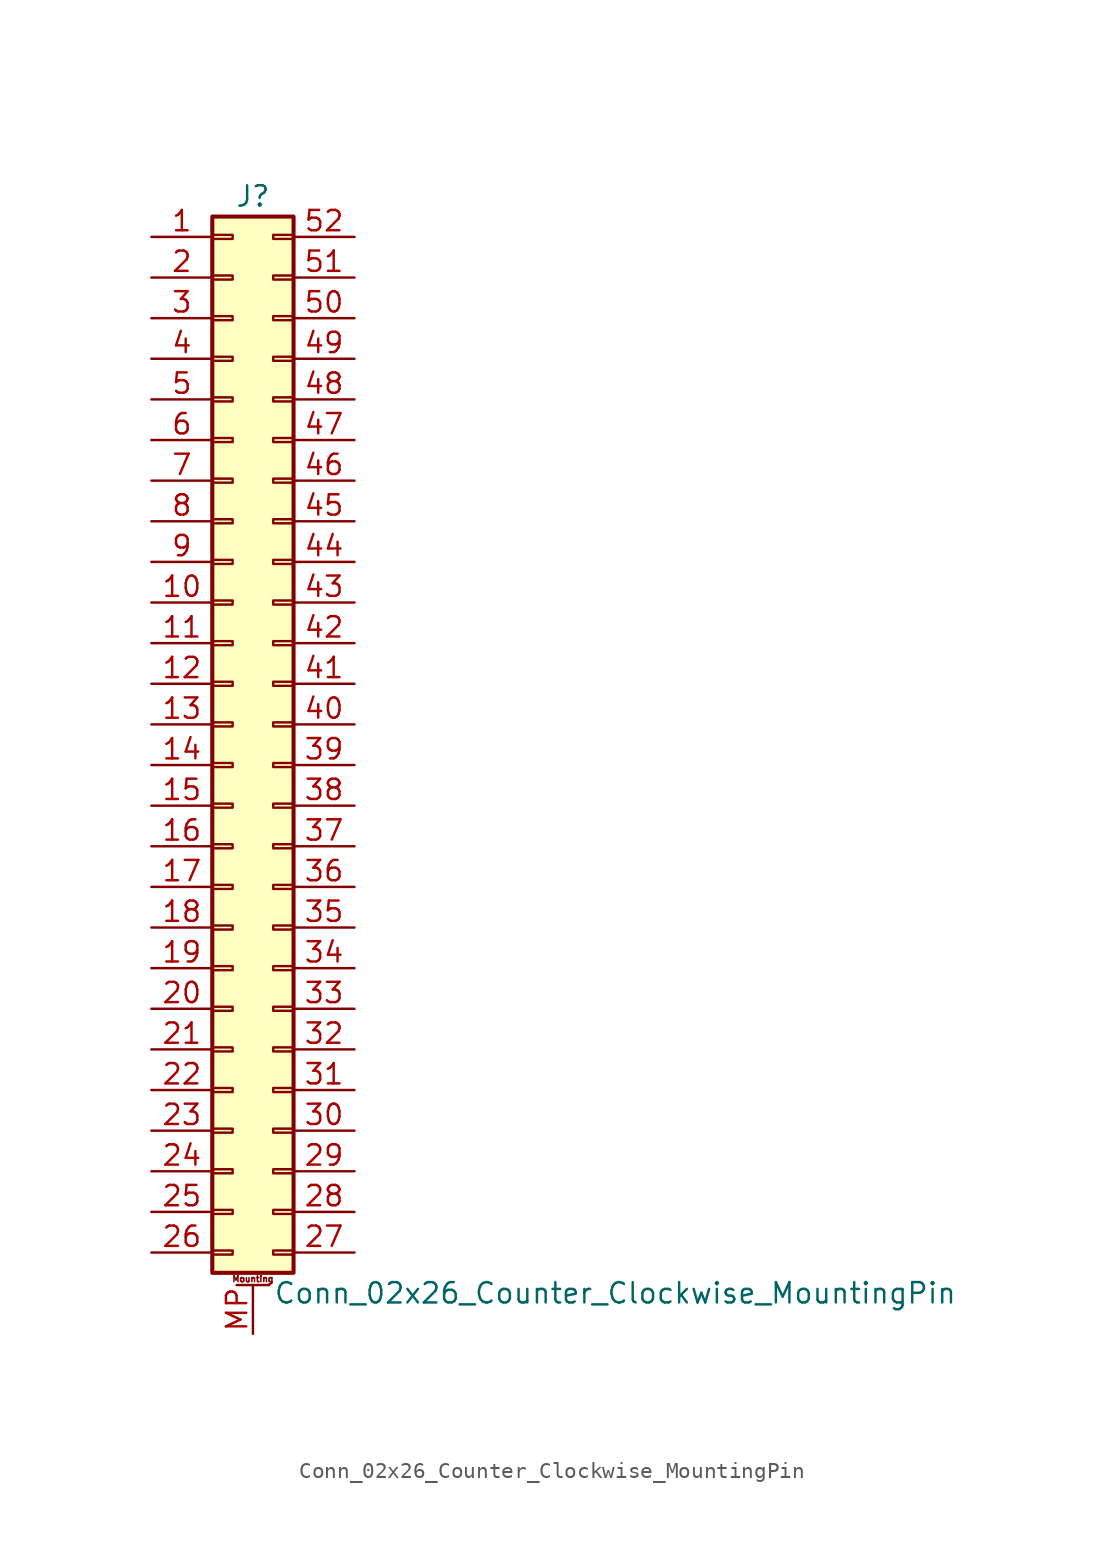
<source format=kicad_sym>
(kicad_symbol_lib
  (version 20201005)
  (generator kicad_symbol_editor)
  (symbol "Connector_Generic_MountingPin:Conn_02x26_Counter_Clockwise_MountingPin"
    (pin_names
      (offset 1.016) hide)
    (property "Reference" "J"
      (at 1.27 33.02 0)
      (effects (font (size 1.27 1.27))))
    (property "Value" "Conn_02x26_Counter_Clockwise_MountingPin"
      (at 2.54 -35.56 0)
      (effects (font (size 1.27 1.27)) (justify left)))
    (symbol "Conn_02x26_Counter_Clockwise_MountingPin_1_1"
      (text "Mounting" (at 1.27 -34.671 0) (effects (font (size 0.381 0.381))))
      (rectangle (start -1.27 -27.813) (end 0 -28.067) (stroke (width 0.152)) (fill (type none)))
      (rectangle (start -1.27 -30.353) (end 0 -30.607) (stroke (width 0.152)) (fill (type none)))
      (rectangle (start -1.27 -32.893) (end 0 -33.147) (stroke (width 0.152)) (fill (type none)))
      (rectangle (start -1.27 -4.953) (end 0 -5.207) (stroke (width 0.152)) (fill (type none)))
      (rectangle (start -1.27 -7.493) (end 0 -7.747) (stroke (width 0.152)) (fill (type none)))
      (rectangle (start -1.27 -10.033) (end 0 -10.287) (stroke (width 0.152)) (fill (type none)))
      (rectangle (start -1.27 -12.573) (end 0 -12.827) (stroke (width 0.152)) (fill (type none)))
      (rectangle (start -1.27 -15.113) (end 0 -15.367) (stroke (width 0.152)) (fill (type none)))
      (rectangle (start -1.27 -17.653) (end 0 -17.907) (stroke (width 0.152)) (fill (type none)))
      (rectangle (start -1.27 -20.193) (end 0 -20.447) (stroke (width 0.152)) (fill (type none)))
      (rectangle (start -1.27 -22.733) (end 0 -22.987) (stroke (width 0.152)) (fill (type none)))
      (rectangle (start -1.27 -2.413) (end 0 -2.667) (stroke (width 0.152)) (fill (type none)))
      (rectangle (start -1.27 -25.273) (end 0 -25.527) (stroke (width 0.152)) (fill (type none)))
      (rectangle (start -1.27 25.527) (end 0 25.273) (stroke (width 0.152)) (fill (type none)))
      (rectangle (start -1.27 2.667) (end 0 2.413) (stroke (width 0.152)) (fill (type none)))
      (rectangle (start -1.27 28.067) (end 0 27.813) (stroke (width 0.152)) (fill (type none)))
      (rectangle (start -1.27 30.607) (end 0 30.353) (stroke (width 0.152)) (fill (type none)))
      (rectangle (start -1.27 31.75) (end 3.81 -34.29) (stroke (width 0.254)) (fill (type background)))
      (rectangle (start -1.27 5.207) (end 0 4.953) (stroke (width 0.152)) (fill (type none)))
      (rectangle (start -1.27 7.747) (end 0 7.493) (stroke (width 0.152)) (fill (type none)))
      (rectangle (start -1.27 10.287) (end 0 10.033) (stroke (width 0.152)) (fill (type none)))
      (rectangle (start -1.27 0.127) (end 0 -0.127) (stroke (width 0.152)) (fill (type none)))
      (rectangle (start -1.27 12.827) (end 0 12.573) (stroke (width 0.152)) (fill (type none)))
      (rectangle (start -1.27 15.367) (end 0 15.113) (stroke (width 0.152)) (fill (type none)))
      (rectangle (start -1.27 17.907) (end 0 17.653) (stroke (width 0.152)) (fill (type none)))
      (rectangle (start -1.27 20.447) (end 0 20.193) (stroke (width 0.152)) (fill (type none)))
      (rectangle (start -1.27 22.987) (end 0 22.733) (stroke (width 0.152)) (fill (type none)))
      (rectangle (start 3.81 -27.813) (end 2.54 -28.067) (stroke (width 0.152)) (fill (type none)))
      (rectangle (start 3.81 -30.353) (end 2.54 -30.607) (stroke (width 0.152)) (fill (type none)))
      (rectangle (start 3.81 -32.893) (end 2.54 -33.147) (stroke (width 0.152)) (fill (type none)))
      (rectangle (start 3.81 -4.953) (end 2.54 -5.207) (stroke (width 0.152)) (fill (type none)))
      (rectangle (start 3.81 -7.493) (end 2.54 -7.747) (stroke (width 0.152)) (fill (type none)))
      (rectangle (start 3.81 -10.033) (end 2.54 -10.287) (stroke (width 0.152)) (fill (type none)))
      (rectangle (start 3.81 -12.573) (end 2.54 -12.827) (stroke (width 0.152)) (fill (type none)))
      (rectangle (start 3.81 -15.113) (end 2.54 -15.367) (stroke (width 0.152)) (fill (type none)))
      (rectangle (start 3.81 -17.653) (end 2.54 -17.907) (stroke (width 0.152)) (fill (type none)))
      (rectangle (start 3.81 -20.193) (end 2.54 -20.447) (stroke (width 0.152)) (fill (type none)))
      (rectangle (start 3.81 -22.733) (end 2.54 -22.987) (stroke (width 0.152)) (fill (type none)))
      (rectangle (start 3.81 -2.413) (end 2.54 -2.667) (stroke (width 0.152)) (fill (type none)))
      (rectangle (start 3.81 -25.273) (end 2.54 -25.527) (stroke (width 0.152)) (fill (type none)))
      (rectangle (start 3.81 25.527) (end 2.54 25.273) (stroke (width 0.152)) (fill (type none)))
      (rectangle (start 3.81 2.667) (end 2.54 2.413) (stroke (width 0.152)) (fill (type none)))
      (rectangle (start 3.81 28.067) (end 2.54 27.813) (stroke (width 0.152)) (fill (type none)))
      (rectangle (start 3.81 30.607) (end 2.54 30.353) (stroke (width 0.152)) (fill (type none)))
      (rectangle (start 3.81 5.207) (end 2.54 4.953) (stroke (width 0.152)) (fill (type none)))
      (rectangle (start 3.81 7.747) (end 2.54 7.493) (stroke (width 0.152)) (fill (type none)))
      (rectangle (start 3.81 10.287) (end 2.54 10.033) (stroke (width 0.152)) (fill (type none)))
      (rectangle (start 3.81 0.127) (end 2.54 -0.127) (stroke (width 0.152)) (fill (type none)))
      (rectangle (start 3.81 12.827) (end 2.54 12.573) (stroke (width 0.152)) (fill (type none)))
      (rectangle (start 3.81 15.367) (end 2.54 15.113) (stroke (width 0.152)) (fill (type none)))
      (rectangle (start 3.81 17.907) (end 2.54 17.653) (stroke (width 0.152)) (fill (type none)))
      (rectangle (start 3.81 20.447) (end 2.54 20.193) (stroke (width 0.152)) (fill (type none)))
      (rectangle (start 3.81 22.987) (end 2.54 22.733) (stroke (width 0.152)) (fill (type none)))
      (polyline (pts (xy 0.254 -35.052) (xy 2.286 -35.052)) (stroke (width 0.152)) (fill (type none)))
      (pin passive line (at 1.27 -38.1 90) (length 3.048) (name "MountPin" (effects (font (size 1.27 1.27)))) (number "MP" (effects (font (size 1.27 1.27)))))
      (pin passive line (at -5.08 30.48 0) (length 3.81) (name "Pin_1" (effects (font (size 1.27 1.27)))) (number "1" (effects (font (size 1.27 1.27)))))
      (pin passive line (at -5.08 7.62 0) (length 3.81) (name "Pin_10" (effects (font (size 1.27 1.27)))) (number "10" (effects (font (size 1.27 1.27)))))
      (pin passive line (at -5.08 5.08 0) (length 3.81) (name "Pin_11" (effects (font (size 1.27 1.27)))) (number "11" (effects (font (size 1.27 1.27)))))
      (pin passive line (at -5.08 2.54 0) (length 3.81) (name "Pin_12" (effects (font (size 1.27 1.27)))) (number "12" (effects (font (size 1.27 1.27)))))
      (pin passive line (at -5.08 0 0) (length 3.81) (name "Pin_13" (effects (font (size 1.27 1.27)))) (number "13" (effects (font (size 1.27 1.27)))))
      (pin passive line (at -5.08 -2.54 0) (length 3.81) (name "Pin_14" (effects (font (size 1.27 1.27)))) (number "14" (effects (font (size 1.27 1.27)))))
      (pin passive line (at -5.08 -5.08 0) (length 3.81) (name "Pin_15" (effects (font (size 1.27 1.27)))) (number "15" (effects (font (size 1.27 1.27)))))
      (pin passive line (at -5.08 -7.62 0) (length 3.81) (name "Pin_16" (effects (font (size 1.27 1.27)))) (number "16" (effects (font (size 1.27 1.27)))))
      (pin passive line (at -5.08 -10.16 0) (length 3.81) (name "Pin_17" (effects (font (size 1.27 1.27)))) (number "17" (effects (font (size 1.27 1.27)))))
      (pin passive line (at -5.08 -12.7 0) (length 3.81) (name "Pin_18" (effects (font (size 1.27 1.27)))) (number "18" (effects (font (size 1.27 1.27)))))
      (pin passive line (at -5.08 -15.24 0) (length 3.81) (name "Pin_19" (effects (font (size 1.27 1.27)))) (number "19" (effects (font (size 1.27 1.27)))))
      (pin passive line (at -5.08 27.94 0) (length 3.81) (name "Pin_2" (effects (font (size 1.27 1.27)))) (number "2" (effects (font (size 1.27 1.27)))))
      (pin passive line (at -5.08 -17.78 0) (length 3.81) (name "Pin_20" (effects (font (size 1.27 1.27)))) (number "20" (effects (font (size 1.27 1.27)))))
      (pin passive line (at -5.08 -20.32 0) (length 3.81) (name "Pin_21" (effects (font (size 1.27 1.27)))) (number "21" (effects (font (size 1.27 1.27)))))
      (pin passive line (at -5.08 -22.86 0) (length 3.81) (name "Pin_22" (effects (font (size 1.27 1.27)))) (number "22" (effects (font (size 1.27 1.27)))))
      (pin passive line (at -5.08 -25.4 0) (length 3.81) (name "Pin_23" (effects (font (size 1.27 1.27)))) (number "23" (effects (font (size 1.27 1.27)))))
      (pin passive line (at -5.08 -27.94 0) (length 3.81) (name "Pin_24" (effects (font (size 1.27 1.27)))) (number "24" (effects (font (size 1.27 1.27)))))
      (pin passive line (at -5.08 -30.48 0) (length 3.81) (name "Pin_25" (effects (font (size 1.27 1.27)))) (number "25" (effects (font (size 1.27 1.27)))))
      (pin passive line (at -5.08 -33.02 0) (length 3.81) (name "Pin_26" (effects (font (size 1.27 1.27)))) (number "26" (effects (font (size 1.27 1.27)))))
      (pin passive line (at 7.62 -33.02 180) (length 3.81) (name "Pin_27" (effects (font (size 1.27 1.27)))) (number "27" (effects (font (size 1.27 1.27)))))
      (pin passive line (at 7.62 -30.48 180) (length 3.81) (name "Pin_28" (effects (font (size 1.27 1.27)))) (number "28" (effects (font (size 1.27 1.27)))))
      (pin passive line (at 7.62 -27.94 180) (length 3.81) (name "Pin_29" (effects (font (size 1.27 1.27)))) (number "29" (effects (font (size 1.27 1.27)))))
      (pin passive line (at -5.08 25.4 0) (length 3.81) (name "Pin_3" (effects (font (size 1.27 1.27)))) (number "3" (effects (font (size 1.27 1.27)))))
      (pin passive line (at 7.62 -25.4 180) (length 3.81) (name "Pin_30" (effects (font (size 1.27 1.27)))) (number "30" (effects (font (size 1.27 1.27)))))
      (pin passive line (at 7.62 -22.86 180) (length 3.81) (name "Pin_31" (effects (font (size 1.27 1.27)))) (number "31" (effects (font (size 1.27 1.27)))))
      (pin passive line (at 7.62 -20.32 180) (length 3.81) (name "Pin_32" (effects (font (size 1.27 1.27)))) (number "32" (effects (font (size 1.27 1.27)))))
      (pin passive line (at 7.62 -17.78 180) (length 3.81) (name "Pin_33" (effects (font (size 1.27 1.27)))) (number "33" (effects (font (size 1.27 1.27)))))
      (pin passive line (at 7.62 -15.24 180) (length 3.81) (name "Pin_34" (effects (font (size 1.27 1.27)))) (number "34" (effects (font (size 1.27 1.27)))))
      (pin passive line (at 7.62 -12.7 180) (length 3.81) (name "Pin_35" (effects (font (size 1.27 1.27)))) (number "35" (effects (font (size 1.27 1.27)))))
      (pin passive line (at 7.62 -10.16 180) (length 3.81) (name "Pin_36" (effects (font (size 1.27 1.27)))) (number "36" (effects (font (size 1.27 1.27)))))
      (pin passive line (at 7.62 -7.62 180) (length 3.81) (name "Pin_37" (effects (font (size 1.27 1.27)))) (number "37" (effects (font (size 1.27 1.27)))))
      (pin passive line (at 7.62 -5.08 180) (length 3.81) (name "Pin_38" (effects (font (size 1.27 1.27)))) (number "38" (effects (font (size 1.27 1.27)))))
      (pin passive line (at 7.62 -2.54 180) (length 3.81) (name "Pin_39" (effects (font (size 1.27 1.27)))) (number "39" (effects (font (size 1.27 1.27)))))
      (pin passive line (at -5.08 22.86 0) (length 3.81) (name "Pin_4" (effects (font (size 1.27 1.27)))) (number "4" (effects (font (size 1.27 1.27)))))
      (pin passive line (at 7.62 0 180) (length 3.81) (name "Pin_40" (effects (font (size 1.27 1.27)))) (number "40" (effects (font (size 1.27 1.27)))))
      (pin passive line (at 7.62 2.54 180) (length 3.81) (name "Pin_41" (effects (font (size 1.27 1.27)))) (number "41" (effects (font (size 1.27 1.27)))))
      (pin passive line (at 7.62 5.08 180) (length 3.81) (name "Pin_42" (effects (font (size 1.27 1.27)))) (number "42" (effects (font (size 1.27 1.27)))))
      (pin passive line (at 7.62 7.62 180) (length 3.81) (name "Pin_43" (effects (font (size 1.27 1.27)))) (number "43" (effects (font (size 1.27 1.27)))))
      (pin passive line (at 7.62 10.16 180) (length 3.81) (name "Pin_44" (effects (font (size 1.27 1.27)))) (number "44" (effects (font (size 1.27 1.27)))))
      (pin passive line (at 7.62 12.7 180) (length 3.81) (name "Pin_45" (effects (font (size 1.27 1.27)))) (number "45" (effects (font (size 1.27 1.27)))))
      (pin passive line (at 7.62 15.24 180) (length 3.81) (name "Pin_46" (effects (font (size 1.27 1.27)))) (number "46" (effects (font (size 1.27 1.27)))))
      (pin passive line (at 7.62 17.78 180) (length 3.81) (name "Pin_47" (effects (font (size 1.27 1.27)))) (number "47" (effects (font (size 1.27 1.27)))))
      (pin passive line (at 7.62 20.32 180) (length 3.81) (name "Pin_48" (effects (font (size 1.27 1.27)))) (number "48" (effects (font (size 1.27 1.27)))))
      (pin passive line (at 7.62 22.86 180) (length 3.81) (name "Pin_49" (effects (font (size 1.27 1.27)))) (number "49" (effects (font (size 1.27 1.27)))))
      (pin passive line (at -5.08 20.32 0) (length 3.81) (name "Pin_5" (effects (font (size 1.27 1.27)))) (number "5" (effects (font (size 1.27 1.27)))))
      (pin passive line (at 7.62 25.4 180) (length 3.81) (name "Pin_50" (effects (font (size 1.27 1.27)))) (number "50" (effects (font (size 1.27 1.27)))))
      (pin passive line (at 7.62 27.94 180) (length 3.81) (name "Pin_51" (effects (font (size 1.27 1.27)))) (number "51" (effects (font (size 1.27 1.27)))))
      (pin passive line (at 7.62 30.48 180) (length 3.81) (name "Pin_52" (effects (font (size 1.27 1.27)))) (number "52" (effects (font (size 1.27 1.27)))))
      (pin passive line (at -5.08 17.78 0) (length 3.81) (name "Pin_6" (effects (font (size 1.27 1.27)))) (number "6" (effects (font (size 1.27 1.27)))))
      (pin passive line (at -5.08 15.24 0) (length 3.81) (name "Pin_7" (effects (font (size 1.27 1.27)))) (number "7" (effects (font (size 1.27 1.27)))))
      (pin passive line (at -5.08 12.7 0) (length 3.81) (name "Pin_8" (effects (font (size 1.27 1.27)))) (number "8" (effects (font (size 1.27 1.27)))))
      (pin passive line (at -5.08 10.16 0) (length 3.81) (name "Pin_9" (effects (font (size 1.27 1.27)))) (number "9" (effects (font (size 1.27 1.27))))))))
</source>
